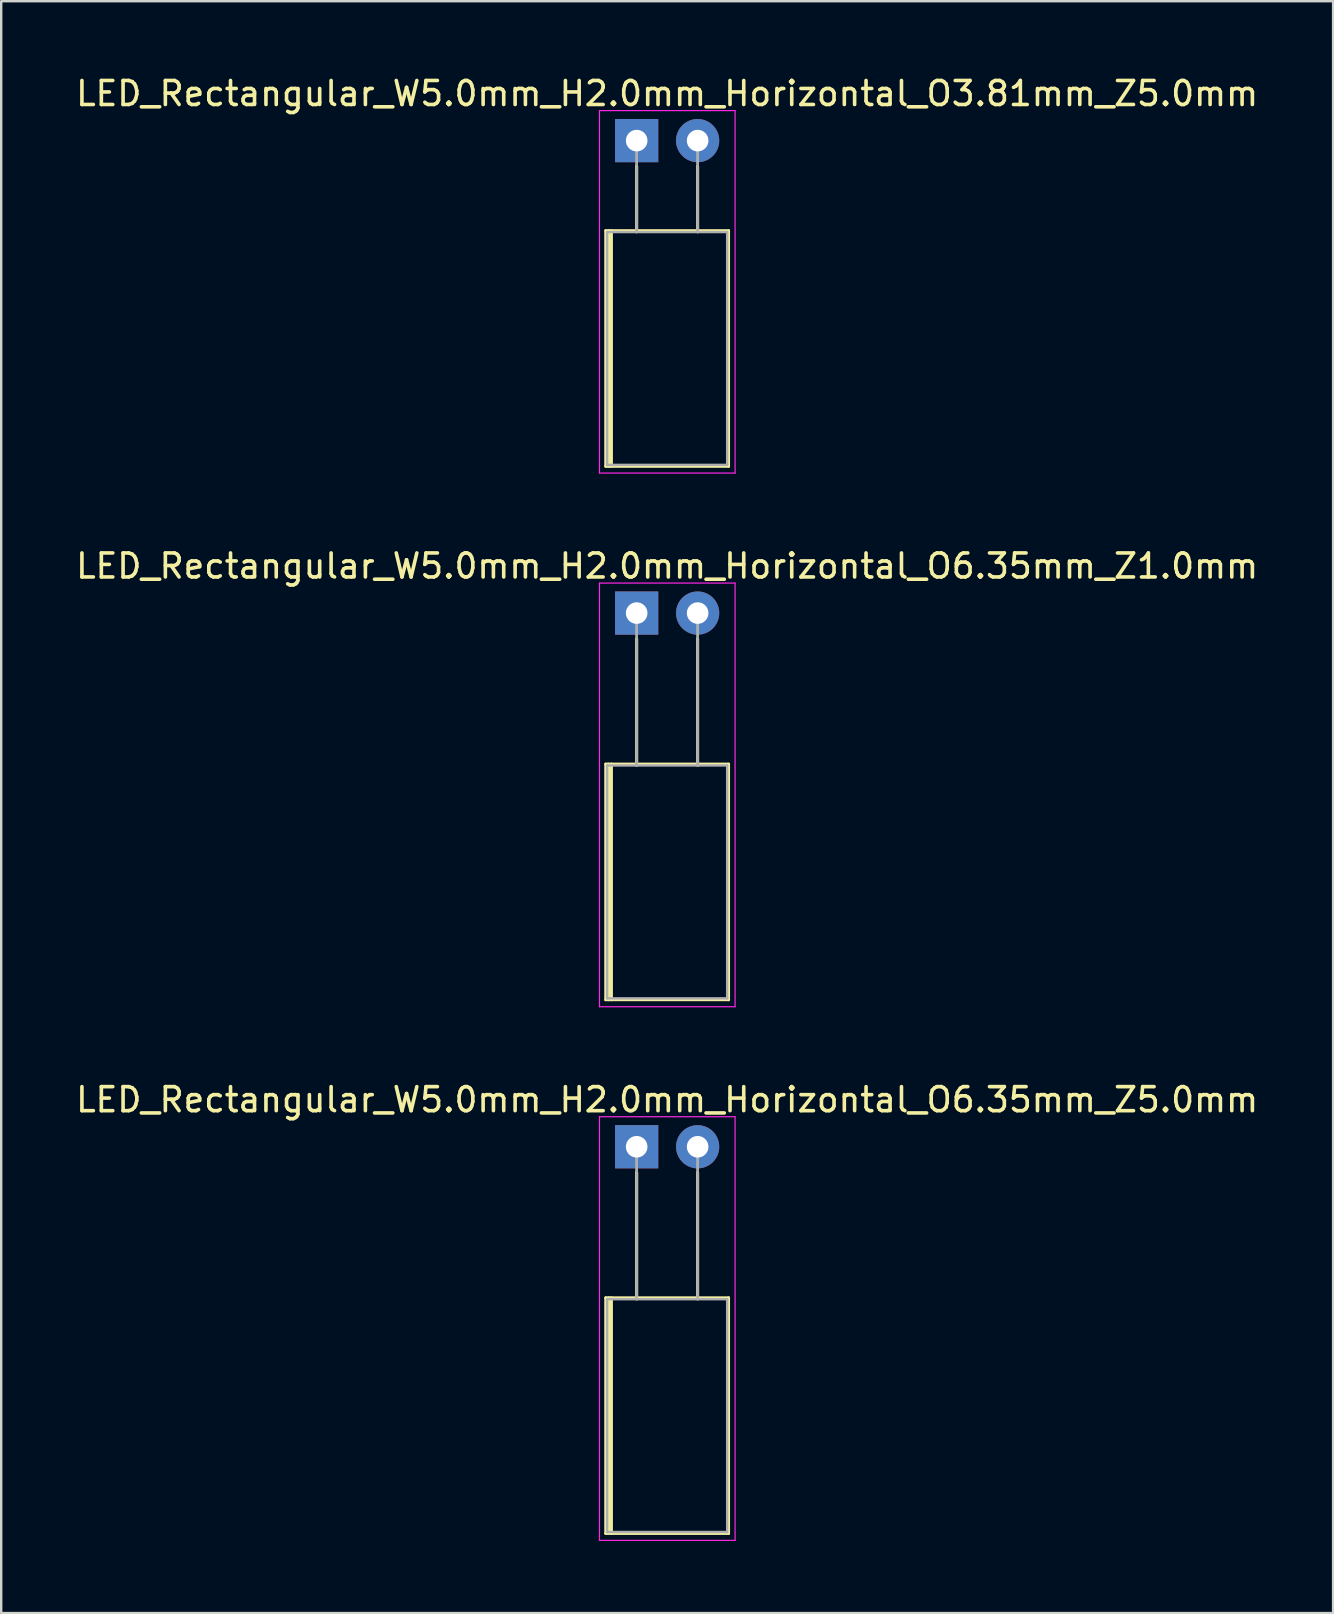
<source format=kicad_pcb>
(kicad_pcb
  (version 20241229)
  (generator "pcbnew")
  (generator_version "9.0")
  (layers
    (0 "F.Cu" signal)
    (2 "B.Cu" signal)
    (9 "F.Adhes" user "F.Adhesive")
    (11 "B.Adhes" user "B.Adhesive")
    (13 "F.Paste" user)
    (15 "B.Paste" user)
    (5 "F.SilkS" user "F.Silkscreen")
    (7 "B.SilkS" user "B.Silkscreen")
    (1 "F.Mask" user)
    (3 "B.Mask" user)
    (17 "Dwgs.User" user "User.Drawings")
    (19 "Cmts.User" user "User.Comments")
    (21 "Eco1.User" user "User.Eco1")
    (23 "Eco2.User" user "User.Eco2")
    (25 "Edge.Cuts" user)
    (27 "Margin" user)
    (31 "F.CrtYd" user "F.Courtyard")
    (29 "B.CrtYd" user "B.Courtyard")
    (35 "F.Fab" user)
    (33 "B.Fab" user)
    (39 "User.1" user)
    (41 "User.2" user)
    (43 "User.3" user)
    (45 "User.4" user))
  (footprint "LED_Rectangular_W5.0mm_H2.0mm_Horizontal_O6.35mm_Z1.0mm"
    (layer "F.Cu")
    (at 23.474 22.491)
    (property "Reference" "LED_Rectangular_W5.0mm_H2.0mm_Horizontal_O6.35mm_Z1.0mm" (at 1.27 -1.96 0) (layer "F.SilkS") (effects (font (size 1 1) (thickness 0.15))))
    (attr through_hole)
    (fp_line (start -1.29 6.29) (end -1.29 16.11) (stroke (width 0.12) (type solid)) (layer "F.SilkS"))
    (fp_line (start -1.29 16.11) (end 3.83 16.11) (stroke (width 0.12) (type solid)) (layer "F.SilkS"))
    (fp_line (start -1.17 6.29) (end -1.17 16.11) (stroke (width 0.12) (type solid)) (layer "F.SilkS"))
    (fp_line (start -1.05 6.29) (end -1.05 16.11) (stroke (width 0.12) (type solid)) (layer "F.SilkS"))
    (fp_line (start 0 1.08) (end 0 1.08) (stroke (width 0.12) (type solid)) (layer "F.SilkS"))
    (fp_line (start 0 1.08) (end 0 6.29) (stroke (width 0.12) (type solid)) (layer "F.SilkS"))
    (fp_line (start 0 6.29) (end 0 1.08) (stroke (width 0.12) (type solid)) (layer "F.SilkS"))
    (fp_line (start 0 6.29) (end 0 6.29) (stroke (width 0.12) (type solid)) (layer "F.SilkS"))
    (fp_line (start 2.54 1.08) (end 2.54 1.08) (stroke (width 0.12) (type solid)) (layer "F.SilkS"))
    (fp_line (start 2.54 1.08) (end 2.54 6.29) (stroke (width 0.12) (type solid)) (layer "F.SilkS"))
    (fp_line (start 2.54 6.29) (end 2.54 1.08) (stroke (width 0.12) (type solid)) (layer "F.SilkS"))
    (fp_line (start 2.54 6.29) (end 2.54 6.29) (stroke (width 0.12) (type solid)) (layer "F.SilkS"))
    (fp_line (start 3.83 6.29) (end -1.29 6.29) (stroke (width 0.12) (type solid)) (layer "F.SilkS"))
    (fp_line (start 3.83 16.11) (end 3.83 6.29) (stroke (width 0.12) (type solid)) (layer "F.SilkS"))
    (fp_line (start -1.55 -1.25) (end -1.55 16.4) (stroke (width 0.05) (type solid)) (layer "F.CrtYd"))
    (fp_line (start -1.55 16.4) (end 4.1 16.4) (stroke (width 0.05) (type solid)) (layer "F.CrtYd"))
    (fp_line (start 4.1 -1.25) (end -1.55 -1.25) (stroke (width 0.05) (type solid)) (layer "F.CrtYd"))
    (fp_line (start 4.1 16.4) (end 4.1 -1.25) (stroke (width 0.05) (type solid)) (layer "F.CrtYd"))
    (fp_line (start -1.23 6.35) (end -1.23 16.05) (stroke (width 0.1) (type solid)) (layer "F.Fab"))
    (fp_line (start -1.23 16.05) (end 3.77 16.05) (stroke (width 0.1) (type solid)) (layer "F.Fab"))
    (fp_line (start 0 0) (end 0 0) (stroke (width 0.1) (type solid)) (layer "F.Fab"))
    (fp_line (start 0 0) (end 0 6.35) (stroke (width 0.1) (type solid)) (layer "F.Fab"))
    (fp_line (start 0 6.35) (end 0 0) (stroke (width 0.1) (type solid)) (layer "F.Fab"))
    (fp_line (start 0 6.35) (end 0 6.35) (stroke (width 0.1) (type solid)) (layer "F.Fab"))
    (fp_line (start 2.54 0) (end 2.54 0) (stroke (width 0.1) (type solid)) (layer "F.Fab"))
    (fp_line (start 2.54 0) (end 2.54 6.35) (stroke (width 0.1) (type solid)) (layer "F.Fab"))
    (fp_line (start 2.54 6.35) (end 2.54 0) (stroke (width 0.1) (type solid)) (layer "F.Fab"))
    (fp_line (start 2.54 6.35) (end 2.54 6.35) (stroke (width 0.1) (type solid)) (layer "F.Fab"))
    (fp_line (start 3.77 6.35) (end -1.23 6.35) (stroke (width 0.1) (type solid)) (layer "F.Fab"))
    (fp_line (start 3.77 16.05) (end 3.77 6.35) (stroke (width 0.1) (type solid)) (layer "F.Fab"))
    (pad "1" thru_hole rect (at 0 0) (size 1.8 1.8) (drill 0.9) (layers "*.Cu" "*.Mask"))
    (pad "2" thru_hole circle (at 2.54 0) (size 1.8 1.8) (drill 0.9) (layers "*.Cu" "*.Mask")))
  (footprint "LED_Rectangular_W5.0mm_H2.0mm_Horizontal_O3.81mm_Z5.0mm"
    (layer "F.Cu")
    (at 23.474 2.808)
    (property "Reference" "LED_Rectangular_W5.0mm_H2.0mm_Horizontal_O3.81mm_Z5.0mm" (at 1.27 -1.96 0) (layer "F.SilkS") (effects (font (size 1 1) (thickness 0.15))))
    (attr through_hole)
    (fp_line (start -1.29 3.75) (end -1.29 13.57) (stroke (width 0.12) (type solid)) (layer "F.SilkS"))
    (fp_line (start -1.29 13.57) (end 3.83 13.57) (stroke (width 0.12) (type solid)) (layer "F.SilkS"))
    (fp_line (start -1.17 3.75) (end -1.17 13.57) (stroke (width 0.12) (type solid)) (layer "F.SilkS"))
    (fp_line (start -1.05 3.75) (end -1.05 13.57) (stroke (width 0.12) (type solid)) (layer "F.SilkS"))
    (fp_line (start 0 1.08) (end 0 1.08) (stroke (width 0.12) (type solid)) (layer "F.SilkS"))
    (fp_line (start 0 1.08) (end 0 3.75) (stroke (width 0.12) (type solid)) (layer "F.SilkS"))
    (fp_line (start 0 3.75) (end 0 1.08) (stroke (width 0.12) (type solid)) (layer "F.SilkS"))
    (fp_line (start 0 3.75) (end 0 3.75) (stroke (width 0.12) (type solid)) (layer "F.SilkS"))
    (fp_line (start 2.54 1.08) (end 2.54 1.08) (stroke (width 0.12) (type solid)) (layer "F.SilkS"))
    (fp_line (start 2.54 1.08) (end 2.54 3.75) (stroke (width 0.12) (type solid)) (layer "F.SilkS"))
    (fp_line (start 2.54 3.75) (end 2.54 1.08) (stroke (width 0.12) (type solid)) (layer "F.SilkS"))
    (fp_line (start 2.54 3.75) (end 2.54 3.75) (stroke (width 0.12) (type solid)) (layer "F.SilkS"))
    (fp_line (start 3.83 3.75) (end -1.29 3.75) (stroke (width 0.12) (type solid)) (layer "F.SilkS"))
    (fp_line (start 3.83 13.57) (end 3.83 3.75) (stroke (width 0.12) (type solid)) (layer "F.SilkS"))
    (fp_line (start -1.55 -1.25) (end -1.55 13.85) (stroke (width 0.05) (type solid)) (layer "F.CrtYd"))
    (fp_line (start -1.55 13.85) (end 4.1 13.85) (stroke (width 0.05) (type solid)) (layer "F.CrtYd"))
    (fp_line (start 4.1 -1.25) (end -1.55 -1.25) (stroke (width 0.05) (type solid)) (layer "F.CrtYd"))
    (fp_line (start 4.1 13.85) (end 4.1 -1.25) (stroke (width 0.05) (type solid)) (layer "F.CrtYd"))
    (fp_line (start -1.23 3.81) (end -1.23 13.51) (stroke (width 0.1) (type solid)) (layer "F.Fab"))
    (fp_line (start -1.23 13.51) (end 3.77 13.51) (stroke (width 0.1) (type solid)) (layer "F.Fab"))
    (fp_line (start 0 0) (end 0 0) (stroke (width 0.1) (type solid)) (layer "F.Fab"))
    (fp_line (start 0 0) (end 0 3.81) (stroke (width 0.1) (type solid)) (layer "F.Fab"))
    (fp_line (start 0 3.81) (end 0 0) (stroke (width 0.1) (type solid)) (layer "F.Fab"))
    (fp_line (start 0 3.81) (end 0 3.81) (stroke (width 0.1) (type solid)) (layer "F.Fab"))
    (fp_line (start 2.54 0) (end 2.54 0) (stroke (width 0.1) (type solid)) (layer "F.Fab"))
    (fp_line (start 2.54 0) (end 2.54 3.81) (stroke (width 0.1) (type solid)) (layer "F.Fab"))
    (fp_line (start 2.54 3.81) (end 2.54 0) (stroke (width 0.1) (type solid)) (layer "F.Fab"))
    (fp_line (start 2.54 3.81) (end 2.54 3.81) (stroke (width 0.1) (type solid)) (layer "F.Fab"))
    (fp_line (start 3.77 3.81) (end -1.23 3.81) (stroke (width 0.1) (type solid)) (layer "F.Fab"))
    (fp_line (start 3.77 13.51) (end 3.77 3.81) (stroke (width 0.1) (type solid)) (layer "F.Fab"))
    (pad "1" thru_hole rect (at 0 0) (size 1.8 1.8) (drill 0.9) (layers "*.Cu" "*.Mask"))
    (pad "2" thru_hole circle (at 2.54 0) (size 1.8 1.8) (drill 0.9) (layers "*.Cu" "*.Mask")))
  (footprint "LED_Rectangular_W5.0mm_H2.0mm_Horizontal_O6.35mm_Z5.0mm"
    (layer "F.Cu")
    (at 23.474 44.725)
    (property "Reference" "LED_Rectangular_W5.0mm_H2.0mm_Horizontal_O6.35mm_Z5.0mm" (at 1.27 -1.96 0) (layer "F.SilkS") (effects (font (size 1 1) (thickness 0.15))))
    (attr through_hole)
    (fp_line (start -1.29 6.29) (end -1.29 16.11) (stroke (width 0.12) (type solid)) (layer "F.SilkS"))
    (fp_line (start -1.29 16.11) (end 3.83 16.11) (stroke (width 0.12) (type solid)) (layer "F.SilkS"))
    (fp_line (start -1.17 6.29) (end -1.17 16.11) (stroke (width 0.12) (type solid)) (layer "F.SilkS"))
    (fp_line (start -1.05 6.29) (end -1.05 16.11) (stroke (width 0.12) (type solid)) (layer "F.SilkS"))
    (fp_line (start 0 1.08) (end 0 1.08) (stroke (width 0.12) (type solid)) (layer "F.SilkS"))
    (fp_line (start 0 1.08) (end 0 6.29) (stroke (width 0.12) (type solid)) (layer "F.SilkS"))
    (fp_line (start 0 6.29) (end 0 1.08) (stroke (width 0.12) (type solid)) (layer "F.SilkS"))
    (fp_line (start 0 6.29) (end 0 6.29) (stroke (width 0.12) (type solid)) (layer "F.SilkS"))
    (fp_line (start 2.54 1.08) (end 2.54 1.08) (stroke (width 0.12) (type solid)) (layer "F.SilkS"))
    (fp_line (start 2.54 1.08) (end 2.54 6.29) (stroke (width 0.12) (type solid)) (layer "F.SilkS"))
    (fp_line (start 2.54 6.29) (end 2.54 1.08) (stroke (width 0.12) (type solid)) (layer "F.SilkS"))
    (fp_line (start 2.54 6.29) (end 2.54 6.29) (stroke (width 0.12) (type solid)) (layer "F.SilkS"))
    (fp_line (start 3.83 6.29) (end -1.29 6.29) (stroke (width 0.12) (type solid)) (layer "F.SilkS"))
    (fp_line (start 3.83 16.11) (end 3.83 6.29) (stroke (width 0.12) (type solid)) (layer "F.SilkS"))
    (fp_line (start -1.55 -1.25) (end -1.55 16.4) (stroke (width 0.05) (type solid)) (layer "F.CrtYd"))
    (fp_line (start -1.55 16.4) (end 4.1 16.4) (stroke (width 0.05) (type solid)) (layer "F.CrtYd"))
    (fp_line (start 4.1 -1.25) (end -1.55 -1.25) (stroke (width 0.05) (type solid)) (layer "F.CrtYd"))
    (fp_line (start 4.1 16.4) (end 4.1 -1.25) (stroke (width 0.05) (type solid)) (layer "F.CrtYd"))
    (fp_line (start -1.23 6.35) (end -1.23 16.05) (stroke (width 0.1) (type solid)) (layer "F.Fab"))
    (fp_line (start -1.23 16.05) (end 3.77 16.05) (stroke (width 0.1) (type solid)) (layer "F.Fab"))
    (fp_line (start 0 0) (end 0 0) (stroke (width 0.1) (type solid)) (layer "F.Fab"))
    (fp_line (start 0 0) (end 0 6.35) (stroke (width 0.1) (type solid)) (layer "F.Fab"))
    (fp_line (start 0 6.35) (end 0 0) (stroke (width 0.1) (type solid)) (layer "F.Fab"))
    (fp_line (start 0 6.35) (end 0 6.35) (stroke (width 0.1) (type solid)) (layer "F.Fab"))
    (fp_line (start 2.54 0) (end 2.54 0) (stroke (width 0.1) (type solid)) (layer "F.Fab"))
    (fp_line (start 2.54 0) (end 2.54 6.35) (stroke (width 0.1) (type solid)) (layer "F.Fab"))
    (fp_line (start 2.54 6.35) (end 2.54 0) (stroke (width 0.1) (type solid)) (layer "F.Fab"))
    (fp_line (start 2.54 6.35) (end 2.54 6.35) (stroke (width 0.1) (type solid)) (layer "F.Fab"))
    (fp_line (start 3.77 6.35) (end -1.23 6.35) (stroke (width 0.1) (type solid)) (layer "F.Fab"))
    (fp_line (start 3.77 16.05) (end 3.77 6.35) (stroke (width 0.1) (type solid)) (layer "F.Fab"))
    (pad "1" thru_hole rect (at 0 0) (size 1.8 1.8) (drill 0.9) (layers "*.Cu" "*.Mask"))
    (pad "2" thru_hole circle (at 2.54 0) (size 1.8 1.8) (drill 0.9) (layers "*.Cu" "*.Mask")))
  (gr_rect
    (start -3 -3)
    (end 52.488 64.15)
    (stroke (width 0.1) (type default))
    (fill no)
    (layer "Edge.Cuts")))
</source>
